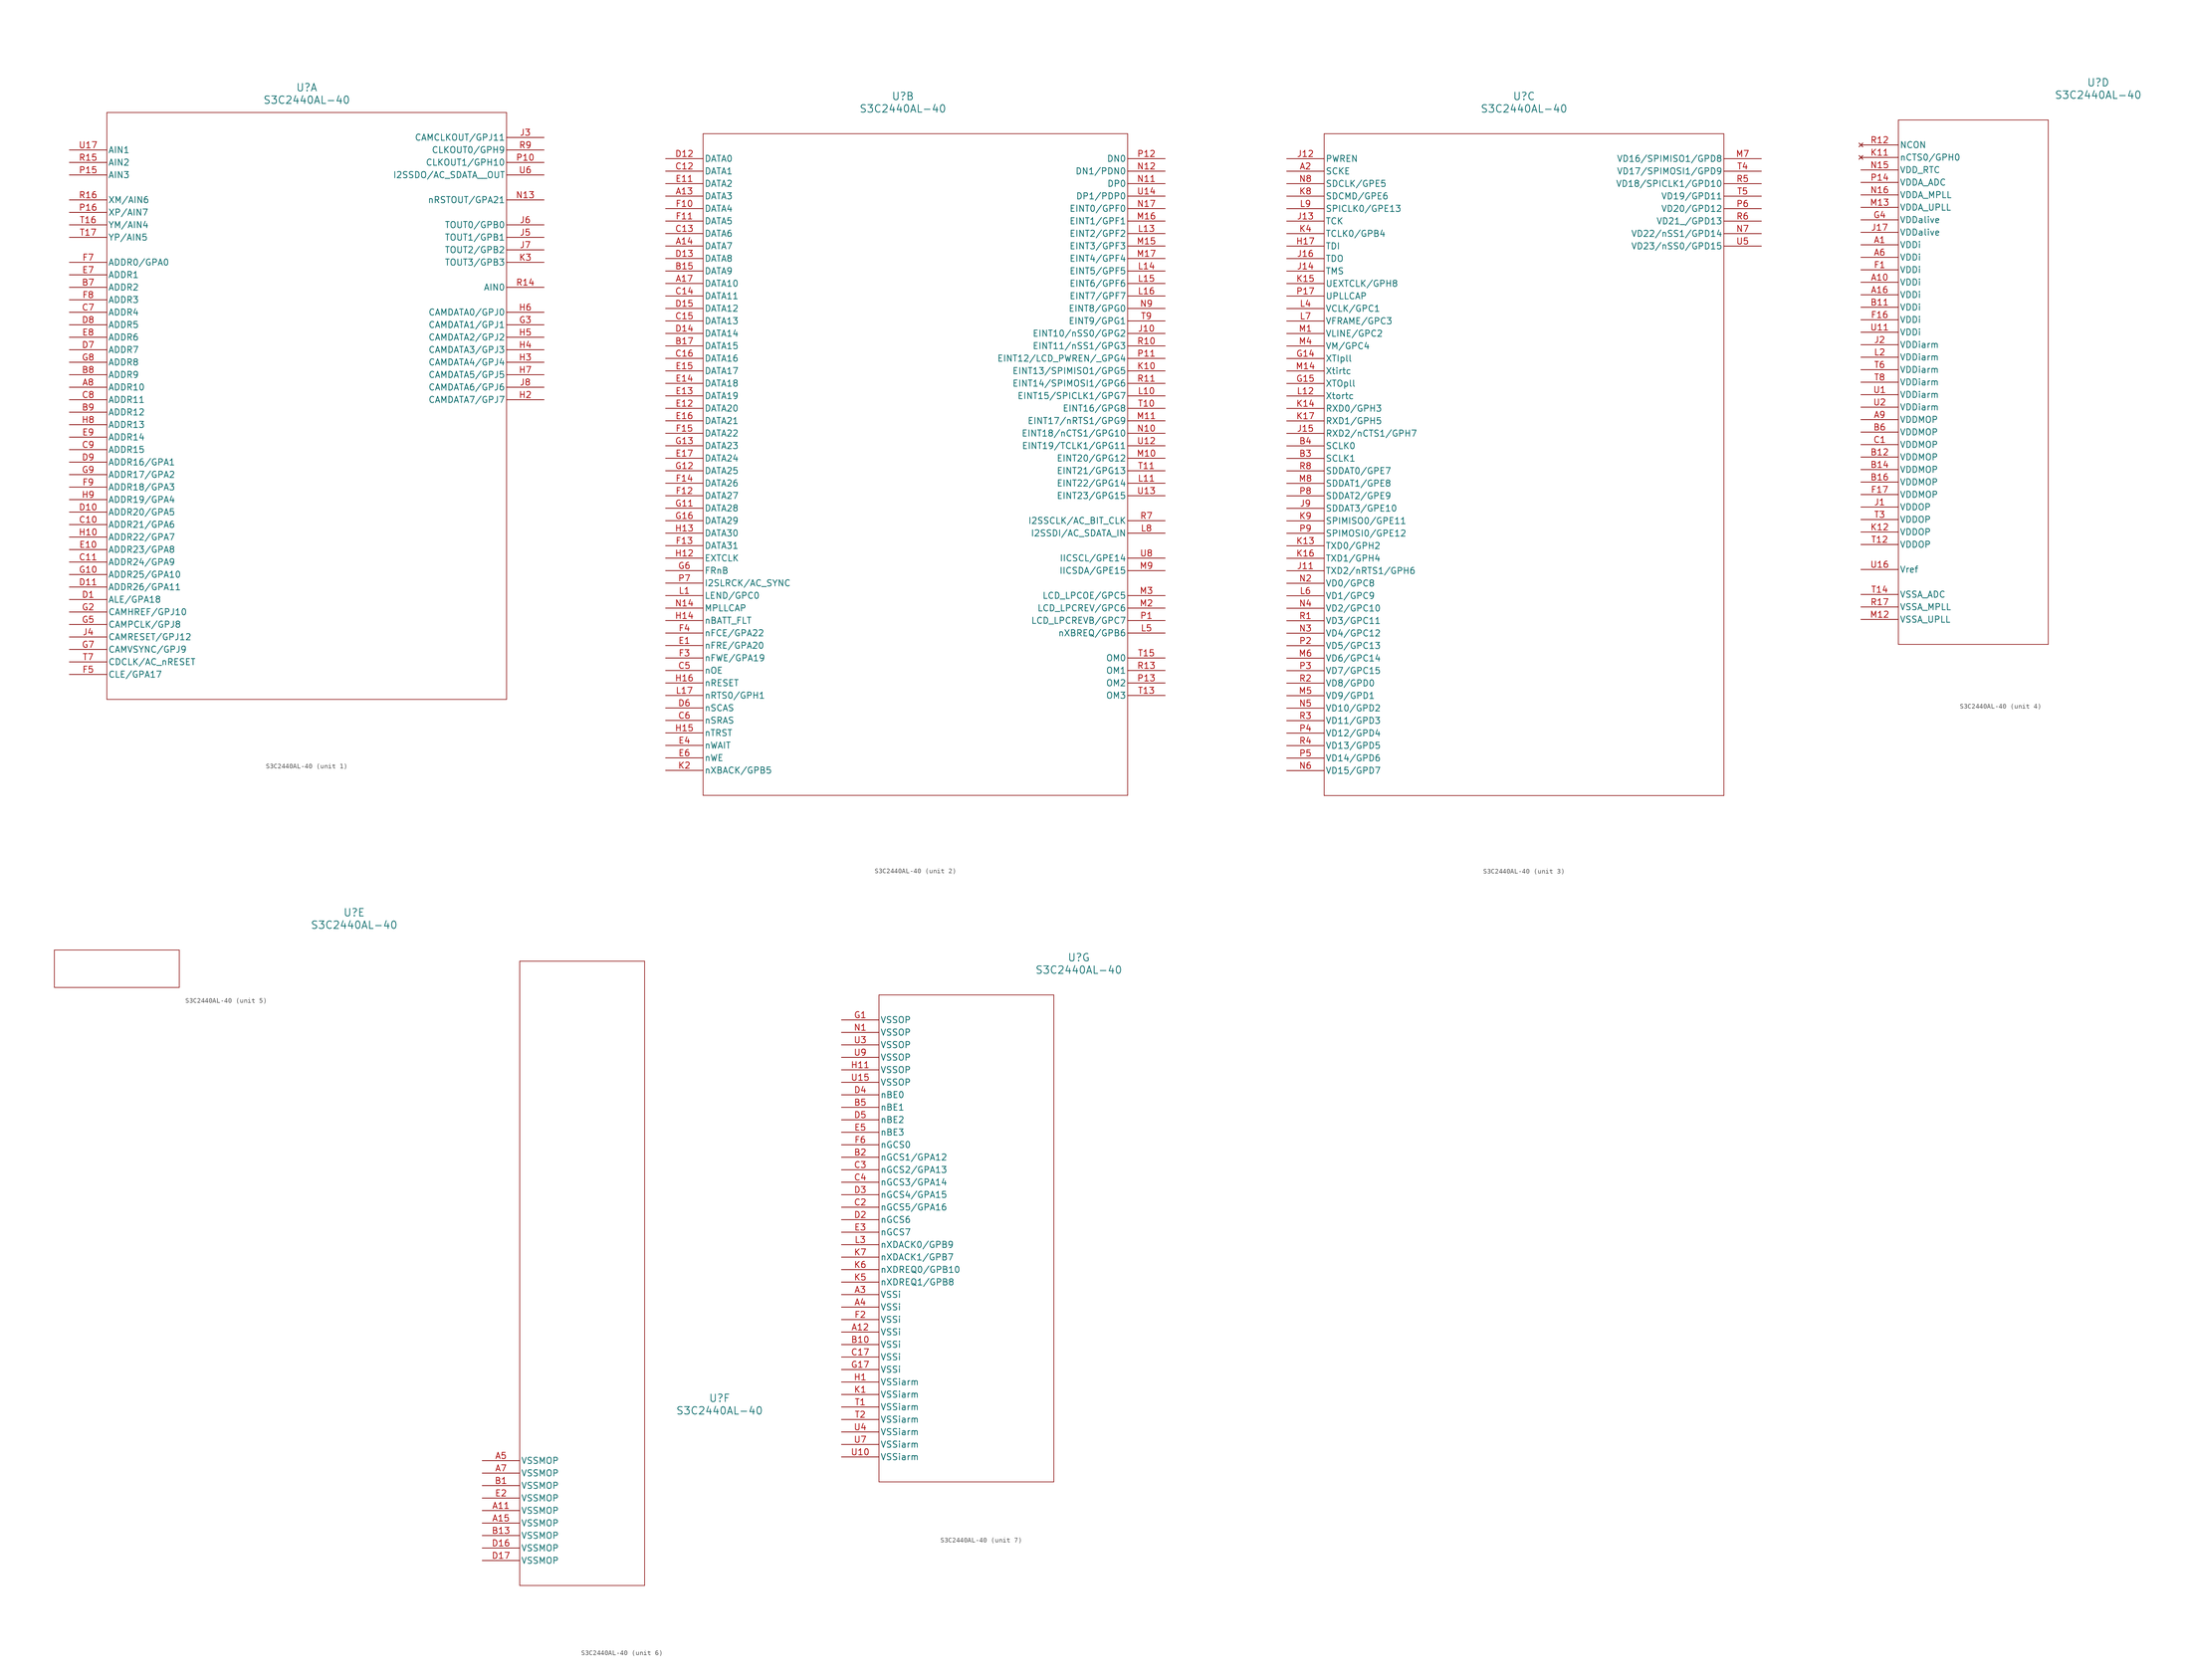
<source format=kicad_sym>
(kicad_symbol_lib
  (version 20211014)
  (generator kicad_symbol_editor)
  (symbol "S3C2440AL-40"
    (pin_names
      (offset 0.254))
    (property "Reference" "U"
      (at 48.26 12.7 0)
      (effects (font (size 1.524 1.524))))
    (property "Value" "S3C2440AL-40"
      (at 48.26 10.16 0)
      (effects (font (size 1.524 1.524))))
    (symbol "S3C2440AL-40_1_1"
      (polyline (pts (xy 7.62 7.62) (xy 7.62 -111.76)) (stroke (width 0.127) (type default) (color 0 0 0 0)) (fill (type none)))
      (polyline (pts (xy 7.62 -111.76) (xy 88.9 -111.76)) (stroke (width 0.127) (type default) (color 0 0 0 0)) (fill (type none)))
      (polyline (pts (xy 88.9 -111.76) (xy 88.9 7.62)) (stroke (width 0.127) (type default) (color 0 0 0 0)) (fill (type none)))
      (polyline (pts (xy 88.9 7.62) (xy 7.62 7.62)) (stroke (width 0.127) (type default) (color 0 0 0 0)) (fill (type none)))
      (pin bidirectional line (at 0 -48.26 0) (length 7.62) (name "ADDR10" (effects (font (size 1.27 1.27)))) (number "A8" (effects (font (size 1.27 1.27)))))
      (pin bidirectional line (at 0 -27.94 0) (length 7.62) (name "ADDR2" (effects (font (size 1.27 1.27)))) (number "B7" (effects (font (size 1.27 1.27)))))
      (pin bidirectional line (at 0 -45.72 0) (length 7.62) (name "ADDR9" (effects (font (size 1.27 1.27)))) (number "B8" (effects (font (size 1.27 1.27)))))
      (pin bidirectional line (at 0 -53.34 0) (length 7.62) (name "ADDR12" (effects (font (size 1.27 1.27)))) (number "B9" (effects (font (size 1.27 1.27)))))
      (pin bidirectional line (at 0 -33.02 0) (length 7.62) (name "ADDR4" (effects (font (size 1.27 1.27)))) (number "C7" (effects (font (size 1.27 1.27)))))
      (pin bidirectional line (at 0 -50.8 0) (length 7.62) (name "ADDR11" (effects (font (size 1.27 1.27)))) (number "C8" (effects (font (size 1.27 1.27)))))
      (pin bidirectional line (at 0 -60.96 0) (length 7.62) (name "ADDR15" (effects (font (size 1.27 1.27)))) (number "C9" (effects (font (size 1.27 1.27)))))
      (pin unspecified line (at 0 -91.44 0) (length 7.62) (name "ALE/GPA18" (effects (font (size 1.27 1.27)))) (number "D1" (effects (font (size 1.27 1.27)))))
      (pin bidirectional line (at 0 -40.64 0) (length 7.62) (name "ADDR7" (effects (font (size 1.27 1.27)))) (number "D7" (effects (font (size 1.27 1.27)))))
      (pin bidirectional line (at 0 -35.56 0) (length 7.62) (name "ADDR5" (effects (font (size 1.27 1.27)))) (number "D8" (effects (font (size 1.27 1.27)))))
      (pin bidirectional line (at 0 -63.5 0) (length 7.62) (name "ADDR16/GPA1" (effects (font (size 1.27 1.27)))) (number "D9" (effects (font (size 1.27 1.27)))))
      (pin bidirectional line (at 0 -25.4 0) (length 7.62) (name "ADDR1" (effects (font (size 1.27 1.27)))) (number "E7" (effects (font (size 1.27 1.27)))))
      (pin bidirectional line (at 0 -38.1 0) (length 7.62) (name "ADDR6" (effects (font (size 1.27 1.27)))) (number "E8" (effects (font (size 1.27 1.27)))))
      (pin bidirectional line (at 0 -58.42 0) (length 7.62) (name "ADDR14" (effects (font (size 1.27 1.27)))) (number "E9" (effects (font (size 1.27 1.27)))))
      (pin unspecified line (at 0 -106.68 0) (length 7.62) (name "CLE/GPA17" (effects (font (size 1.27 1.27)))) (number "F5" (effects (font (size 1.27 1.27)))))
      (pin bidirectional line (at 0 -22.86 0) (length 7.62) (name "ADDR0/GPA0" (effects (font (size 1.27 1.27)))) (number "F7" (effects (font (size 1.27 1.27)))))
      (pin bidirectional line (at 0 -30.48 0) (length 7.62) (name "ADDR3" (effects (font (size 1.27 1.27)))) (number "F8" (effects (font (size 1.27 1.27)))))
      (pin bidirectional line (at 0 -68.58 0) (length 7.62) (name "ADDR18/GPA3" (effects (font (size 1.27 1.27)))) (number "F9" (effects (font (size 1.27 1.27)))))
      (pin unspecified line (at 0 -93.98 0) (length 7.62) (name "CAMHREF/GPJ10" (effects (font (size 1.27 1.27)))) (number "G2" (effects (font (size 1.27 1.27)))))
      (pin bidirectional line (at 96.52 -35.56 180) (length 7.62) (name "CAMDATA1/GPJ1" (effects (font (size 1.27 1.27)))) (number "G3" (effects (font (size 1.27 1.27)))))
      (pin unspecified line (at 0 -96.52 0) (length 7.62) (name "CAMPCLK/GPJ8" (effects (font (size 1.27 1.27)))) (number "G5" (effects (font (size 1.27 1.27)))))
      (pin unspecified line (at 0 -101.6 0) (length 7.62) (name "CAMVSYNC/GPJ9" (effects (font (size 1.27 1.27)))) (number "G7" (effects (font (size 1.27 1.27)))))
      (pin bidirectional line (at 0 -43.18 0) (length 7.62) (name "ADDR8" (effects (font (size 1.27 1.27)))) (number "G8" (effects (font (size 1.27 1.27)))))
      (pin bidirectional line (at 0 -66.04 0) (length 7.62) (name "ADDR17/GPA2" (effects (font (size 1.27 1.27)))) (number "G9" (effects (font (size 1.27 1.27)))))
      (pin bidirectional line (at 96.52 -50.8 180) (length 7.62) (name "CAMDATA7/GPJ7" (effects (font (size 1.27 1.27)))) (number "H2" (effects (font (size 1.27 1.27)))))
      (pin bidirectional line (at 96.52 -43.18 180) (length 7.62) (name "CAMDATA4/GPJ4" (effects (font (size 1.27 1.27)))) (number "H3" (effects (font (size 1.27 1.27)))))
      (pin bidirectional line (at 96.52 -40.64 180) (length 7.62) (name "CAMDATA3/GPJ3" (effects (font (size 1.27 1.27)))) (number "H4" (effects (font (size 1.27 1.27)))))
      (pin bidirectional line (at 96.52 -38.1 180) (length 7.62) (name "CAMDATA2/GPJ2" (effects (font (size 1.27 1.27)))) (number "H5" (effects (font (size 1.27 1.27)))))
      (pin bidirectional line (at 96.52 -33.02 180) (length 7.62) (name "CAMDATA0/GPJ0" (effects (font (size 1.27 1.27)))) (number "H6" (effects (font (size 1.27 1.27)))))
      (pin bidirectional line (at 96.52 -45.72 180) (length 7.62) (name "CAMDATA5/GPJ5" (effects (font (size 1.27 1.27)))) (number "H7" (effects (font (size 1.27 1.27)))))
      (pin bidirectional line (at 0 -55.88 0) (length 7.62) (name "ADDR13" (effects (font (size 1.27 1.27)))) (number "H8" (effects (font (size 1.27 1.27)))))
      (pin bidirectional line (at 0 -71.12 0) (length 7.62) (name "ADDR19/GPA4" (effects (font (size 1.27 1.27)))) (number "H9" (effects (font (size 1.27 1.27)))))
      (pin output line (at 96.52 2.54 180) (length 7.62) (name "CAMCLKOUT/GPJ11" (effects (font (size 1.27 1.27)))) (number "J3" (effects (font (size 1.27 1.27)))))
      (pin unspecified line (at 0 -99.06 0) (length 7.62) (name "CAMRESET/GPJ12" (effects (font (size 1.27 1.27)))) (number "J4" (effects (font (size 1.27 1.27)))))
      (pin output line (at 96.52 -17.78 180) (length 7.62) (name "TOUT1/GPB1" (effects (font (size 1.27 1.27)))) (number "J5" (effects (font (size 1.27 1.27)))))
      (pin output line (at 96.52 -15.24 180) (length 7.62) (name "TOUT0/GPB0" (effects (font (size 1.27 1.27)))) (number "J6" (effects (font (size 1.27 1.27)))))
      (pin output line (at 96.52 -20.32 180) (length 7.62) (name "TOUT2/GPB2" (effects (font (size 1.27 1.27)))) (number "J7" (effects (font (size 1.27 1.27)))))
      (pin bidirectional line (at 96.52 -48.26 180) (length 7.62) (name "CAMDATA6/GPJ6" (effects (font (size 1.27 1.27)))) (number "J8" (effects (font (size 1.27 1.27)))))
      (pin output line (at 96.52 -22.86 180) (length 7.62) (name "TOUT3/GPB3" (effects (font (size 1.27 1.27)))) (number "K3" (effects (font (size 1.27 1.27)))))
      (pin output line (at 96.52 0 180) (length 7.62) (name "CLKOUT0/GPH9" (effects (font (size 1.27 1.27)))) (number "R9" (effects (font (size 1.27 1.27)))))
      (pin unspecified line (at 0 -104.14 0) (length 7.62) (name "CDCLK/AC_nRESET" (effects (font (size 1.27 1.27)))) (number "T7" (effects (font (size 1.27 1.27)))))
      (pin output line (at 96.52 -5.08 180) (length 7.62) (name "I2SSDO/AC_SDATA_ OUT" (effects (font (size 1.27 1.27)))) (number "U6" (effects (font (size 1.27 1.27)))))
      (pin bidirectional line (at 0 -76.2 0) (length 7.62) (name "ADDR21/GPA6" (effects (font (size 1.27 1.27)))) (number "C10" (effects (font (size 1.27 1.27)))))
      (pin bidirectional line (at 0 -83.82 0) (length 7.62) (name "ADDR24/GPA9" (effects (font (size 1.27 1.27)))) (number "C11" (effects (font (size 1.27 1.27)))))
      (pin bidirectional line (at 0 -73.66 0) (length 7.62) (name "ADDR20/GPA5" (effects (font (size 1.27 1.27)))) (number "D10" (effects (font (size 1.27 1.27)))))
      (pin bidirectional line (at 0 -88.9 0) (length 7.62) (name "ADDR26/GPA11" (effects (font (size 1.27 1.27)))) (number "D11" (effects (font (size 1.27 1.27)))))
      (pin bidirectional line (at 0 -81.28 0) (length 7.62) (name "ADDR23/GPA8" (effects (font (size 1.27 1.27)))) (number "E10" (effects (font (size 1.27 1.27)))))
      (pin bidirectional line (at 0 -86.36 0) (length 7.62) (name "ADDR25/GPA10" (effects (font (size 1.27 1.27)))) (number "G10" (effects (font (size 1.27 1.27)))))
      (pin bidirectional line (at 0 -78.74 0) (length 7.62) (name "ADDR22/GPA7" (effects (font (size 1.27 1.27)))) (number "H10" (effects (font (size 1.27 1.27)))))
      (pin output line (at 96.52 -10.16 180) (length 7.62) (name "nRSTOUT/GPA21" (effects (font (size 1.27 1.27)))) (number "N13" (effects (font (size 1.27 1.27)))))
      (pin output line (at 96.52 -2.54 180) (length 7.62) (name "CLKOUT1/GPH10" (effects (font (size 1.27 1.27)))) (number "P10" (effects (font (size 1.27 1.27)))))
      (pin input line (at 0 -5.08 0) (length 7.62) (name "AIN3" (effects (font (size 1.27 1.27)))) (number "P15" (effects (font (size 1.27 1.27)))))
      (pin input line (at 0 -12.7 0) (length 7.62) (name "XP/AIN7" (effects (font (size 1.27 1.27)))) (number "P16" (effects (font (size 1.27 1.27)))))
      (pin bidirectional line (at 96.52 -27.94 180) (length 7.62) (name "AIN0" (effects (font (size 1.27 1.27)))) (number "R14" (effects (font (size 1.27 1.27)))))
      (pin input line (at 0 -2.54 0) (length 7.62) (name "AIN2" (effects (font (size 1.27 1.27)))) (number "R15" (effects (font (size 1.27 1.27)))))
      (pin input line (at 0 -10.16 0) (length 7.62) (name "XM/AIN6" (effects (font (size 1.27 1.27)))) (number "R16" (effects (font (size 1.27 1.27)))))
      (pin input line (at 0 -15.24 0) (length 7.62) (name "YM/AIN4" (effects (font (size 1.27 1.27)))) (number "T16" (effects (font (size 1.27 1.27)))))
      (pin input line (at 0 -17.78 0) (length 7.62) (name "YP/AIN5" (effects (font (size 1.27 1.27)))) (number "T17" (effects (font (size 1.27 1.27)))))
      (pin input line (at 0 0 0) (length 7.62) (name "AIN1" (effects (font (size 1.27 1.27)))) (number "U17" (effects (font (size 1.27 1.27))))))
    (symbol "S3C2440AL-40_2_1"
      (polyline (pts (xy 7.62 5.08) (xy 7.62 -129.54)) (stroke (width 0.127) (type default) (color 0 0 0 0)) (fill (type none)))
      (polyline (pts (xy 7.62 -129.54) (xy 93.98 -129.54)) (stroke (width 0.127) (type default) (color 0 0 0 0)) (fill (type none)))
      (polyline (pts (xy 93.98 -129.54) (xy 93.98 5.08)) (stroke (width 0.127) (type default) (color 0 0 0 0)) (fill (type none)))
      (polyline (pts (xy 93.98 5.08) (xy 7.62 5.08)) (stroke (width 0.127) (type default) (color 0 0 0 0)) (fill (type none)))
      (pin unspecified line (at 0 -104.14 0) (length 7.62) (name "nOE" (effects (font (size 1.27 1.27)))) (number "C5" (effects (font (size 1.27 1.27)))))
      (pin unspecified line (at 0 -114.3 0) (length 7.62) (name "nSRAS" (effects (font (size 1.27 1.27)))) (number "C6" (effects (font (size 1.27 1.27)))))
      (pin unspecified line (at 0 -111.76 0) (length 7.62) (name "nSCAS" (effects (font (size 1.27 1.27)))) (number "D6" (effects (font (size 1.27 1.27)))))
      (pin unspecified line (at 0 -99.06 0) (length 7.62) (name "nFRE/GPA20" (effects (font (size 1.27 1.27)))) (number "E1" (effects (font (size 1.27 1.27)))))
      (pin unspecified line (at 0 -119.38 0) (length 7.62) (name "nWAIT" (effects (font (size 1.27 1.27)))) (number "E4" (effects (font (size 1.27 1.27)))))
      (pin unspecified line (at 0 -121.92 0) (length 7.62) (name "nWE" (effects (font (size 1.27 1.27)))) (number "E6" (effects (font (size 1.27 1.27)))))
      (pin unspecified line (at 0 -101.6 0) (length 7.62) (name "nFWE/GPA19" (effects (font (size 1.27 1.27)))) (number "F3" (effects (font (size 1.27 1.27)))))
      (pin unspecified line (at 0 -96.52 0) (length 7.62) (name "nFCE/GPA22" (effects (font (size 1.27 1.27)))) (number "F4" (effects (font (size 1.27 1.27)))))
      (pin unspecified line (at 0 -83.82 0) (length 7.62) (name "FRnB" (effects (font (size 1.27 1.27)))) (number "G6" (effects (font (size 1.27 1.27)))))
      (pin unspecified line (at 0 -124.46 0) (length 7.62) (name "nXBACK/GPB5" (effects (font (size 1.27 1.27)))) (number "K2" (effects (font (size 1.27 1.27)))))
      (pin unspecified line (at 0 -88.9 0) (length 7.62) (name "LEND/GPC0" (effects (font (size 1.27 1.27)))) (number "L1" (effects (font (size 1.27 1.27)))))
      (pin unspecified line (at 101.6 -96.52 180) (length 7.62) (name "nXBREQ/GPB6" (effects (font (size 1.27 1.27)))) (number "L5" (effects (font (size 1.27 1.27)))))
      (pin bidirectional line (at 101.6 -76.2 180) (length 7.62) (name "I2SSDI/AC_SDATA_IN" (effects (font (size 1.27 1.27)))) (number "L8" (effects (font (size 1.27 1.27)))))
      (pin unspecified line (at 101.6 -91.44 180) (length 7.62) (name "LCD_LPCREV/GPC6" (effects (font (size 1.27 1.27)))) (number "M2" (effects (font (size 1.27 1.27)))))
      (pin unspecified line (at 101.6 -88.9 180) (length 7.62) (name "LCD_LPCOE/GPC5" (effects (font (size 1.27 1.27)))) (number "M3" (effects (font (size 1.27 1.27)))))
      (pin unspecified line (at 101.6 -83.82 180) (length 7.62) (name "IICSDA/GPE15" (effects (font (size 1.27 1.27)))) (number "M9" (effects (font (size 1.27 1.27)))))
      (pin bidirectional line (at 101.6 -30.48 180) (length 7.62) (name "EINT8/GPG0" (effects (font (size 1.27 1.27)))) (number "N9" (effects (font (size 1.27 1.27)))))
      (pin unspecified line (at 101.6 -93.98 180) (length 7.62) (name "LCD_LPCREVB/GPC7" (effects (font (size 1.27 1.27)))) (number "P1" (effects (font (size 1.27 1.27)))))
      (pin bidirectional line (at 0 -86.36 0) (length 7.62) (name "I2SLRCK/AC_SYNC" (effects (font (size 1.27 1.27)))) (number "P7" (effects (font (size 1.27 1.27)))))
      (pin bidirectional line (at 101.6 -73.66 180) (length 7.62) (name "I2SSCLK/AC_BIT_CLK" (effects (font (size 1.27 1.27)))) (number "R7" (effects (font (size 1.27 1.27)))))
      (pin bidirectional line (at 101.6 -33.02 180) (length 7.62) (name "EINT9/GPG1" (effects (font (size 1.27 1.27)))) (number "T9" (effects (font (size 1.27 1.27)))))
      (pin unspecified line (at 101.6 -81.28 180) (length 7.62) (name "IICSCL/GPE14" (effects (font (size 1.27 1.27)))) (number "U8" (effects (font (size 1.27 1.27)))))
      (pin bidirectional line (at 0 -7.62 0) (length 7.62) (name "DATA3" (effects (font (size 1.27 1.27)))) (number "A13" (effects (font (size 1.27 1.27)))))
      (pin bidirectional line (at 0 -17.78 0) (length 7.62) (name "DATA7" (effects (font (size 1.27 1.27)))) (number "A14" (effects (font (size 1.27 1.27)))))
      (pin bidirectional line (at 0 -25.4 0) (length 7.62) (name "DATA10" (effects (font (size 1.27 1.27)))) (number "A17" (effects (font (size 1.27 1.27)))))
      (pin bidirectional line (at 0 -22.86 0) (length 7.62) (name "DATA9" (effects (font (size 1.27 1.27)))) (number "B15" (effects (font (size 1.27 1.27)))))
      (pin bidirectional line (at 0 -38.1 0) (length 7.62) (name "DATA15" (effects (font (size 1.27 1.27)))) (number "B17" (effects (font (size 1.27 1.27)))))
      (pin bidirectional line (at 0 -2.54 0) (length 7.62) (name "DATA1" (effects (font (size 1.27 1.27)))) (number "C12" (effects (font (size 1.27 1.27)))))
      (pin bidirectional line (at 0 -15.24 0) (length 7.62) (name "DATA6" (effects (font (size 1.27 1.27)))) (number "C13" (effects (font (size 1.27 1.27)))))
      (pin bidirectional line (at 0 -27.94 0) (length 7.62) (name "DATA11" (effects (font (size 1.27 1.27)))) (number "C14" (effects (font (size 1.27 1.27)))))
      (pin bidirectional line (at 0 -33.02 0) (length 7.62) (name "DATA13" (effects (font (size 1.27 1.27)))) (number "C15" (effects (font (size 1.27 1.27)))))
      (pin bidirectional line (at 0 -40.64 0) (length 7.62) (name "DATA16" (effects (font (size 1.27 1.27)))) (number "C16" (effects (font (size 1.27 1.27)))))
      (pin bidirectional line (at 0 0 0) (length 7.62) (name "DATA0" (effects (font (size 1.27 1.27)))) (number "D12" (effects (font (size 1.27 1.27)))))
      (pin bidirectional line (at 0 -20.32 0) (length 7.62) (name "DATA8" (effects (font (size 1.27 1.27)))) (number "D13" (effects (font (size 1.27 1.27)))))
      (pin bidirectional line (at 0 -35.56 0) (length 7.62) (name "DATA14" (effects (font (size 1.27 1.27)))) (number "D14" (effects (font (size 1.27 1.27)))))
      (pin bidirectional line (at 0 -30.48 0) (length 7.62) (name "DATA12" (effects (font (size 1.27 1.27)))) (number "D15" (effects (font (size 1.27 1.27)))))
      (pin bidirectional line (at 0 -5.08 0) (length 7.62) (name "DATA2" (effects (font (size 1.27 1.27)))) (number "E11" (effects (font (size 1.27 1.27)))))
      (pin bidirectional line (at 0 -50.8 0) (length 7.62) (name "DATA20" (effects (font (size 1.27 1.27)))) (number "E12" (effects (font (size 1.27 1.27)))))
      (pin bidirectional line (at 0 -48.26 0) (length 7.62) (name "DATA19" (effects (font (size 1.27 1.27)))) (number "E13" (effects (font (size 1.27 1.27)))))
      (pin bidirectional line (at 0 -45.72 0) (length 7.62) (name "DATA18" (effects (font (size 1.27 1.27)))) (number "E14" (effects (font (size 1.27 1.27)))))
      (pin bidirectional line (at 0 -43.18 0) (length 7.62) (name "DATA17" (effects (font (size 1.27 1.27)))) (number "E15" (effects (font (size 1.27 1.27)))))
      (pin bidirectional line (at 0 -53.34 0) (length 7.62) (name "DATA21" (effects (font (size 1.27 1.27)))) (number "E16" (effects (font (size 1.27 1.27)))))
      (pin bidirectional line (at 0 -60.96 0) (length 7.62) (name "DATA24" (effects (font (size 1.27 1.27)))) (number "E17" (effects (font (size 1.27 1.27)))))
      (pin bidirectional line (at 0 -10.16 0) (length 7.62) (name "DATA4" (effects (font (size 1.27 1.27)))) (number "F10" (effects (font (size 1.27 1.27)))))
      (pin bidirectional line (at 0 -12.7 0) (length 7.62) (name "DATA5" (effects (font (size 1.27 1.27)))) (number "F11" (effects (font (size 1.27 1.27)))))
      (pin bidirectional line (at 0 -68.58 0) (length 7.62) (name "DATA27" (effects (font (size 1.27 1.27)))) (number "F12" (effects (font (size 1.27 1.27)))))
      (pin bidirectional line (at 0 -78.74 0) (length 7.62) (name "DATA31" (effects (font (size 1.27 1.27)))) (number "F13" (effects (font (size 1.27 1.27)))))
      (pin bidirectional line (at 0 -66.04 0) (length 7.62) (name "DATA26" (effects (font (size 1.27 1.27)))) (number "F14" (effects (font (size 1.27 1.27)))))
      (pin bidirectional line (at 0 -55.88 0) (length 7.62) (name "DATA22" (effects (font (size 1.27 1.27)))) (number "F15" (effects (font (size 1.27 1.27)))))
      (pin bidirectional line (at 0 -71.12 0) (length 7.62) (name "DATA28" (effects (font (size 1.27 1.27)))) (number "G11" (effects (font (size 1.27 1.27)))))
      (pin bidirectional line (at 0 -63.5 0) (length 7.62) (name "DATA25" (effects (font (size 1.27 1.27)))) (number "G12" (effects (font (size 1.27 1.27)))))
      (pin bidirectional line (at 0 -58.42 0) (length 7.62) (name "DATA23" (effects (font (size 1.27 1.27)))) (number "G13" (effects (font (size 1.27 1.27)))))
      (pin bidirectional line (at 0 -73.66 0) (length 7.62) (name "DATA29" (effects (font (size 1.27 1.27)))) (number "G16" (effects (font (size 1.27 1.27)))))
      (pin unspecified line (at 0 -81.28 0) (length 7.62) (name "EXTCLK" (effects (font (size 1.27 1.27)))) (number "H12" (effects (font (size 1.27 1.27)))))
      (pin bidirectional line (at 0 -76.2 0) (length 7.62) (name "DATA30" (effects (font (size 1.27 1.27)))) (number "H13" (effects (font (size 1.27 1.27)))))
      (pin unspecified line (at 0 -93.98 0) (length 7.62) (name "nBATT_FLT" (effects (font (size 1.27 1.27)))) (number "H14" (effects (font (size 1.27 1.27)))))
      (pin unspecified line (at 0 -116.84 0) (length 7.62) (name "nTRST" (effects (font (size 1.27 1.27)))) (number "H15" (effects (font (size 1.27 1.27)))))
      (pin unspecified line (at 0 -106.68 0) (length 7.62) (name "nRESET" (effects (font (size 1.27 1.27)))) (number "H16" (effects (font (size 1.27 1.27)))))
      (pin bidirectional line (at 101.6 -35.56 180) (length 7.62) (name "EINT10/nSS0/GPG2" (effects (font (size 1.27 1.27)))) (number "J10" (effects (font (size 1.27 1.27)))))
      (pin bidirectional line (at 101.6 -43.18 180) (length 7.62) (name "EINT13/SPIMISO1/GPG5" (effects (font (size 1.27 1.27)))) (number "K10" (effects (font (size 1.27 1.27)))))
      (pin bidirectional line (at 101.6 -48.26 180) (length 7.62) (name "EINT15/SPICLK1/GPG7" (effects (font (size 1.27 1.27)))) (number "L10" (effects (font (size 1.27 1.27)))))
      (pin bidirectional line (at 101.6 -66.04 180) (length 7.62) (name "EINT22/GPG14" (effects (font (size 1.27 1.27)))) (number "L11" (effects (font (size 1.27 1.27)))))
      (pin bidirectional line (at 101.6 -15.24 180) (length 7.62) (name "EINT2/GPF2" (effects (font (size 1.27 1.27)))) (number "L13" (effects (font (size 1.27 1.27)))))
      (pin bidirectional line (at 101.6 -22.86 180) (length 7.62) (name "EINT5/GPF5" (effects (font (size 1.27 1.27)))) (number "L14" (effects (font (size 1.27 1.27)))))
      (pin bidirectional line (at 101.6 -25.4 180) (length 7.62) (name "EINT6/GPF6" (effects (font (size 1.27 1.27)))) (number "L15" (effects (font (size 1.27 1.27)))))
      (pin bidirectional line (at 101.6 -27.94 180) (length 7.62) (name "EINT7/GPF7" (effects (font (size 1.27 1.27)))) (number "L16" (effects (font (size 1.27 1.27)))))
      (pin unspecified line (at 0 -109.22 0) (length 7.62) (name "nRTS0/GPH1" (effects (font (size 1.27 1.27)))) (number "L17" (effects (font (size 1.27 1.27)))))
      (pin bidirectional line (at 101.6 -60.96 180) (length 7.62) (name "EINT20/GPG12" (effects (font (size 1.27 1.27)))) (number "M10" (effects (font (size 1.27 1.27)))))
      (pin bidirectional line (at 101.6 -53.34 180) (length 7.62) (name "EINT17/nRTS1/GPG9" (effects (font (size 1.27 1.27)))) (number "M11" (effects (font (size 1.27 1.27)))))
      (pin bidirectional line (at 101.6 -17.78 180) (length 7.62) (name "EINT3/GPF3" (effects (font (size 1.27 1.27)))) (number "M15" (effects (font (size 1.27 1.27)))))
      (pin bidirectional line (at 101.6 -12.7 180) (length 7.62) (name "EINT1/GPF1" (effects (font (size 1.27 1.27)))) (number "M16" (effects (font (size 1.27 1.27)))))
      (pin bidirectional line (at 101.6 -20.32 180) (length 7.62) (name "EINT4/GPF4" (effects (font (size 1.27 1.27)))) (number "M17" (effects (font (size 1.27 1.27)))))
      (pin bidirectional line (at 101.6 -55.88 180) (length 7.62) (name "EINT18/nCTS1/GPG10" (effects (font (size 1.27 1.27)))) (number "N10" (effects (font (size 1.27 1.27)))))
      (pin bidirectional line (at 101.6 -5.08 180) (length 7.62) (name "DP0" (effects (font (size 1.27 1.27)))) (number "N11" (effects (font (size 1.27 1.27)))))
      (pin bidirectional line (at 101.6 -2.54 180) (length 7.62) (name "DN1/PDN0" (effects (font (size 1.27 1.27)))) (number "N12" (effects (font (size 1.27 1.27)))))
      (pin unspecified line (at 0 -91.44 0) (length 7.62) (name "MPLLCAP" (effects (font (size 1.27 1.27)))) (number "N14" (effects (font (size 1.27 1.27)))))
      (pin bidirectional line (at 101.6 -10.16 180) (length 7.62) (name "EINT0/GPF0" (effects (font (size 1.27 1.27)))) (number "N17" (effects (font (size 1.27 1.27)))))
      (pin bidirectional line (at 101.6 -40.64 180) (length 7.62) (name "EINT12/LCD_PWREN/ GPG4" (effects (font (size 1.27 1.27)))) (number "P11" (effects (font (size 1.27 1.27)))))
      (pin bidirectional line (at 101.6 0 180) (length 7.62) (name "DN0" (effects (font (size 1.27 1.27)))) (number "P12" (effects (font (size 1.27 1.27)))))
      (pin bidirectional line (at 101.6 -106.68 180) (length 7.62) (name "OM2" (effects (font (size 1.27 1.27)))) (number "P13" (effects (font (size 1.27 1.27)))))
      (pin bidirectional line (at 101.6 -38.1 180) (length 7.62) (name "EINT11/nSS1/GPG3" (effects (font (size 1.27 1.27)))) (number "R10" (effects (font (size 1.27 1.27)))))
      (pin bidirectional line (at 101.6 -45.72 180) (length 7.62) (name "EINT14/SPIMOSI1/GPG6" (effects (font (size 1.27 1.27)))) (number "R11" (effects (font (size 1.27 1.27)))))
      (pin bidirectional line (at 101.6 -104.14 180) (length 7.62) (name "OM1" (effects (font (size 1.27 1.27)))) (number "R13" (effects (font (size 1.27 1.27)))))
      (pin bidirectional line (at 101.6 -50.8 180) (length 7.62) (name "EINT16/GPG8" (effects (font (size 1.27 1.27)))) (number "T10" (effects (font (size 1.27 1.27)))))
      (pin bidirectional line (at 101.6 -63.5 180) (length 7.62) (name "EINT21/GPG13" (effects (font (size 1.27 1.27)))) (number "T11" (effects (font (size 1.27 1.27)))))
      (pin bidirectional line (at 101.6 -109.22 180) (length 7.62) (name "OM3" (effects (font (size 1.27 1.27)))) (number "T13" (effects (font (size 1.27 1.27)))))
      (pin bidirectional line (at 101.6 -101.6 180) (length 7.62) (name "OM0" (effects (font (size 1.27 1.27)))) (number "T15" (effects (font (size 1.27 1.27)))))
      (pin bidirectional line (at 101.6 -58.42 180) (length 7.62) (name "EINT19/TCLK1/GPG11" (effects (font (size 1.27 1.27)))) (number "U12" (effects (font (size 1.27 1.27)))))
      (pin bidirectional line (at 101.6 -68.58 180) (length 7.62) (name "EINT23/GPG15" (effects (font (size 1.27 1.27)))) (number "U13" (effects (font (size 1.27 1.27)))))
      (pin bidirectional line (at 101.6 -7.62 180) (length 7.62) (name "DP1/PDP0" (effects (font (size 1.27 1.27)))) (number "U14" (effects (font (size 1.27 1.27))))))
    (symbol "S3C2440AL-40_3_1"
      (polyline (pts (xy 7.62 5.08) (xy 7.62 -129.54)) (stroke (width 0.127) (type default) (color 0 0 0 0)) (fill (type none)))
      (polyline (pts (xy 7.62 -129.54) (xy 88.9 -129.54)) (stroke (width 0.127) (type default) (color 0 0 0 0)) (fill (type none)))
      (polyline (pts (xy 88.9 -129.54) (xy 88.9 5.08)) (stroke (width 0.127) (type default) (color 0 0 0 0)) (fill (type none)))
      (polyline (pts (xy 88.9 5.08) (xy 7.62 5.08)) (stroke (width 0.127) (type default) (color 0 0 0 0)) (fill (type none)))
      (pin unspecified line (at 0 -2.54 0) (length 7.62) (name "SCKE" (effects (font (size 1.27 1.27)))) (number "A2" (effects (font (size 1.27 1.27)))))
      (pin bidirectional line (at 0 -60.96 0) (length 7.62) (name "SCLK1" (effects (font (size 1.27 1.27)))) (number "B3" (effects (font (size 1.27 1.27)))))
      (pin bidirectional line (at 0 -58.42 0) (length 7.62) (name "SCLK0" (effects (font (size 1.27 1.27)))) (number "B4" (effects (font (size 1.27 1.27)))))
      (pin bidirectional line (at 0 -71.12 0) (length 7.62) (name "SDDAT3/GPE10" (effects (font (size 1.27 1.27)))) (number "J9" (effects (font (size 1.27 1.27)))))
      (pin unspecified line (at 0 -15.24 0) (length 7.62) (name "TCLK0/GPB4" (effects (font (size 1.27 1.27)))) (number "K4" (effects (font (size 1.27 1.27)))))
      (pin unspecified line (at 0 -7.62 0) (length 7.62) (name "SDCMD/GPE6" (effects (font (size 1.27 1.27)))) (number "K8" (effects (font (size 1.27 1.27)))))
      (pin unspecified line (at 0 -73.66 0) (length 7.62) (name "SPIMISO0/GPE11" (effects (font (size 1.27 1.27)))) (number "K9" (effects (font (size 1.27 1.27)))))
      (pin unspecified line (at 0 -30.48 0) (length 7.62) (name "VCLK/GPC1" (effects (font (size 1.27 1.27)))) (number "L4" (effects (font (size 1.27 1.27)))))
      (pin bidirectional line (at 0 -88.9 0) (length 7.62) (name "VD1/GPC9" (effects (font (size 1.27 1.27)))) (number "L6" (effects (font (size 1.27 1.27)))))
      (pin unspecified line (at 0 -33.02 0) (length 7.62) (name "VFRAME/GPC3" (effects (font (size 1.27 1.27)))) (number "L7" (effects (font (size 1.27 1.27)))))
      (pin unspecified line (at 0 -10.16 0) (length 7.62) (name "SPICLK0/GPE13" (effects (font (size 1.27 1.27)))) (number "L9" (effects (font (size 1.27 1.27)))))
      (pin unspecified line (at 0 -35.56 0) (length 7.62) (name "VLINE/GPC2" (effects (font (size 1.27 1.27)))) (number "M1" (effects (font (size 1.27 1.27)))))
      (pin unspecified line (at 0 -38.1 0) (length 7.62) (name "VM/GPC4" (effects (font (size 1.27 1.27)))) (number "M4" (effects (font (size 1.27 1.27)))))
      (pin bidirectional line (at 0 -109.22 0) (length 7.62) (name "VD9/GPD1" (effects (font (size 1.27 1.27)))) (number "M5" (effects (font (size 1.27 1.27)))))
      (pin bidirectional line (at 0 -101.6 0) (length 7.62) (name "VD6/GPC14" (effects (font (size 1.27 1.27)))) (number "M6" (effects (font (size 1.27 1.27)))))
      (pin bidirectional line (at 96.52 0 180) (length 7.62) (name "VD16/SPIMISO1/GPD8" (effects (font (size 1.27 1.27)))) (number "M7" (effects (font (size 1.27 1.27)))))
      (pin bidirectional line (at 0 -66.04 0) (length 7.62) (name "SDDAT1/GPE8" (effects (font (size 1.27 1.27)))) (number "M8" (effects (font (size 1.27 1.27)))))
      (pin bidirectional line (at 0 -86.36 0) (length 7.62) (name "VD0/GPC8" (effects (font (size 1.27 1.27)))) (number "N2" (effects (font (size 1.27 1.27)))))
      (pin bidirectional line (at 0 -96.52 0) (length 7.62) (name "VD4/GPC12" (effects (font (size 1.27 1.27)))) (number "N3" (effects (font (size 1.27 1.27)))))
      (pin bidirectional line (at 0 -91.44 0) (length 7.62) (name "VD2/GPC10" (effects (font (size 1.27 1.27)))) (number "N4" (effects (font (size 1.27 1.27)))))
      (pin bidirectional line (at 0 -111.76 0) (length 7.62) (name "VD10/GPD2" (effects (font (size 1.27 1.27)))) (number "N5" (effects (font (size 1.27 1.27)))))
      (pin bidirectional line (at 0 -124.46 0) (length 7.62) (name "VD15/GPD7" (effects (font (size 1.27 1.27)))) (number "N6" (effects (font (size 1.27 1.27)))))
      (pin bidirectional line (at 96.52 -15.24 180) (length 7.62) (name "VD22/nSS1/GPD14" (effects (font (size 1.27 1.27)))) (number "N7" (effects (font (size 1.27 1.27)))))
      (pin unspecified line (at 0 -5.08 0) (length 7.62) (name "SDCLK/GPE5" (effects (font (size 1.27 1.27)))) (number "N8" (effects (font (size 1.27 1.27)))))
      (pin bidirectional line (at 0 -99.06 0) (length 7.62) (name "VD5/GPC13" (effects (font (size 1.27 1.27)))) (number "P2" (effects (font (size 1.27 1.27)))))
      (pin bidirectional line (at 0 -104.14 0) (length 7.62) (name "VD7/GPC15" (effects (font (size 1.27 1.27)))) (number "P3" (effects (font (size 1.27 1.27)))))
      (pin bidirectional line (at 0 -116.84 0) (length 7.62) (name "VD12/GPD4" (effects (font (size 1.27 1.27)))) (number "P4" (effects (font (size 1.27 1.27)))))
      (pin bidirectional line (at 0 -121.92 0) (length 7.62) (name "VD14/GPD6" (effects (font (size 1.27 1.27)))) (number "P5" (effects (font (size 1.27 1.27)))))
      (pin bidirectional line (at 96.52 -10.16 180) (length 7.62) (name "VD20/GPD12" (effects (font (size 1.27 1.27)))) (number "P6" (effects (font (size 1.27 1.27)))))
      (pin bidirectional line (at 0 -68.58 0) (length 7.62) (name "SDDAT2/GPE9" (effects (font (size 1.27 1.27)))) (number "P8" (effects (font (size 1.27 1.27)))))
      (pin unspecified line (at 0 -76.2 0) (length 7.62) (name "SPIMOSI0/GPE12" (effects (font (size 1.27 1.27)))) (number "P9" (effects (font (size 1.27 1.27)))))
      (pin bidirectional line (at 0 -93.98 0) (length 7.62) (name "VD3/GPC11" (effects (font (size 1.27 1.27)))) (number "R1" (effects (font (size 1.27 1.27)))))
      (pin bidirectional line (at 0 -106.68 0) (length 7.62) (name "VD8/GPD0" (effects (font (size 1.27 1.27)))) (number "R2" (effects (font (size 1.27 1.27)))))
      (pin bidirectional line (at 0 -114.3 0) (length 7.62) (name "VD11/GPD3" (effects (font (size 1.27 1.27)))) (number "R3" (effects (font (size 1.27 1.27)))))
      (pin bidirectional line (at 0 -119.38 0) (length 7.62) (name "VD13/GPD5" (effects (font (size 1.27 1.27)))) (number "R4" (effects (font (size 1.27 1.27)))))
      (pin bidirectional line (at 96.52 -5.08 180) (length 7.62) (name "VD18/SPICLK1/GPD10" (effects (font (size 1.27 1.27)))) (number "R5" (effects (font (size 1.27 1.27)))))
      (pin bidirectional line (at 96.52 -12.7 180) (length 7.62) (name "VD21 /GPD13" (effects (font (size 1.27 1.27)))) (number "R6" (effects (font (size 1.27 1.27)))))
      (pin bidirectional line (at 0 -63.5 0) (length 7.62) (name "SDDAT0/GPE7" (effects (font (size 1.27 1.27)))) (number "R8" (effects (font (size 1.27 1.27)))))
      (pin bidirectional line (at 96.52 -2.54 180) (length 7.62) (name "VD17/SPIMOSI1/GPD9" (effects (font (size 1.27 1.27)))) (number "T4" (effects (font (size 1.27 1.27)))))
      (pin bidirectional line (at 96.52 -7.62 180) (length 7.62) (name "VD19/GPD11" (effects (font (size 1.27 1.27)))) (number "T5" (effects (font (size 1.27 1.27)))))
      (pin bidirectional line (at 96.52 -17.78 180) (length 7.62) (name "VD23/nSS0/GPD15" (effects (font (size 1.27 1.27)))) (number "U5" (effects (font (size 1.27 1.27)))))
      (pin unspecified line (at 0 -40.64 0) (length 7.62) (name "XTIpll" (effects (font (size 1.27 1.27)))) (number "G14" (effects (font (size 1.27 1.27)))))
      (pin unspecified line (at 0 -45.72 0) (length 7.62) (name "XTOpll" (effects (font (size 1.27 1.27)))) (number "G15" (effects (font (size 1.27 1.27)))))
      (pin unspecified line (at 0 -17.78 0) (length 7.62) (name "TDI" (effects (font (size 1.27 1.27)))) (number "H17" (effects (font (size 1.27 1.27)))))
      (pin bidirectional line (at 0 -83.82 0) (length 7.62) (name "TXD2/nRTS1/GPH6" (effects (font (size 1.27 1.27)))) (number "J11" (effects (font (size 1.27 1.27)))))
      (pin unspecified line (at 0 0 0) (length 7.62) (name "PWREN" (effects (font (size 1.27 1.27)))) (number "J12" (effects (font (size 1.27 1.27)))))
      (pin unspecified line (at 0 -12.7 0) (length 7.62) (name "TCK" (effects (font (size 1.27 1.27)))) (number "J13" (effects (font (size 1.27 1.27)))))
      (pin unspecified line (at 0 -22.86 0) (length 7.62) (name "TMS" (effects (font (size 1.27 1.27)))) (number "J14" (effects (font (size 1.27 1.27)))))
      (pin bidirectional line (at 0 -55.88 0) (length 7.62) (name "RXD2/nCTS1/GPH7" (effects (font (size 1.27 1.27)))) (number "J15" (effects (font (size 1.27 1.27)))))
      (pin unspecified line (at 0 -20.32 0) (length 7.62) (name "TDO" (effects (font (size 1.27 1.27)))) (number "J16" (effects (font (size 1.27 1.27)))))
      (pin bidirectional line (at 0 -78.74 0) (length 7.62) (name "TXD0/GPH2" (effects (font (size 1.27 1.27)))) (number "K13" (effects (font (size 1.27 1.27)))))
      (pin bidirectional line (at 0 -50.8 0) (length 7.62) (name "RXD0/GPH3" (effects (font (size 1.27 1.27)))) (number "K14" (effects (font (size 1.27 1.27)))))
      (pin unspecified line (at 0 -25.4 0) (length 7.62) (name "UEXTCLK/GPH8" (effects (font (size 1.27 1.27)))) (number "K15" (effects (font (size 1.27 1.27)))))
      (pin bidirectional line (at 0 -81.28 0) (length 7.62) (name "TXD1/GPH4" (effects (font (size 1.27 1.27)))) (number "K16" (effects (font (size 1.27 1.27)))))
      (pin bidirectional line (at 0 -53.34 0) (length 7.62) (name "RXD1/GPH5" (effects (font (size 1.27 1.27)))) (number "K17" (effects (font (size 1.27 1.27)))))
      (pin unspecified line (at 0 -48.26 0) (length 7.62) (name "Xtortc" (effects (font (size 1.27 1.27)))) (number "L12" (effects (font (size 1.27 1.27)))))
      (pin unspecified line (at 0 -43.18 0) (length 7.62) (name "Xtirtc" (effects (font (size 1.27 1.27)))) (number "M14" (effects (font (size 1.27 1.27)))))
      (pin unspecified line (at 0 -27.94 0) (length 7.62) (name "UPLLCAP" (effects (font (size 1.27 1.27)))) (number "P17" (effects (font (size 1.27 1.27))))))
    (symbol "S3C2440AL-40_4_1"
      (polyline (pts (xy 7.62 5.08) (xy 7.62 -101.6)) (stroke (width 0.127) (type default) (color 0 0 0 0)) (fill (type none)))
      (polyline (pts (xy 7.62 -101.6) (xy 38.1 -101.6)) (stroke (width 0.127) (type default) (color 0 0 0 0)) (fill (type none)))
      (polyline (pts (xy 38.1 -101.6) (xy 38.1 5.08)) (stroke (width 0.127) (type default) (color 0 0 0 0)) (fill (type none)))
      (polyline (pts (xy 38.1 5.08) (xy 7.62 5.08)) (stroke (width 0.127) (type default) (color 0 0 0 0)) (fill (type none)))
      (pin power_in line (at 0 -20.32 0) (length 7.62) (name "VDDi" (effects (font (size 1.27 1.27)))) (number "A1" (effects (font (size 1.27 1.27)))))
      (pin power_in line (at 0 -22.86 0) (length 7.62) (name "VDDi" (effects (font (size 1.27 1.27)))) (number "A6" (effects (font (size 1.27 1.27)))))
      (pin power_in line (at 0 -55.88 0) (length 7.62) (name "VDDMOP" (effects (font (size 1.27 1.27)))) (number "A9" (effects (font (size 1.27 1.27)))))
      (pin power_in line (at 0 -58.42 0) (length 7.62) (name "VDDMOP" (effects (font (size 1.27 1.27)))) (number "B6" (effects (font (size 1.27 1.27)))))
      (pin power_in line (at 0 -60.96 0) (length 7.62) (name "VDDMOP" (effects (font (size 1.27 1.27)))) (number "C1" (effects (font (size 1.27 1.27)))))
      (pin power_in line (at 0 -25.4 0) (length 7.62) (name "VDDi" (effects (font (size 1.27 1.27)))) (number "F1" (effects (font (size 1.27 1.27)))))
      (pin power_in line (at 0 -15.24 0) (length 7.62) (name "VDDalive" (effects (font (size 1.27 1.27)))) (number "G4" (effects (font (size 1.27 1.27)))))
      (pin power_in line (at 0 -73.66 0) (length 7.62) (name "VDDOP" (effects (font (size 1.27 1.27)))) (number "J1" (effects (font (size 1.27 1.27)))))
      (pin power_in line (at 0 -40.64 0) (length 7.62) (name "VDDiarm" (effects (font (size 1.27 1.27)))) (number "J2" (effects (font (size 1.27 1.27)))))
      (pin power_in line (at 0 -43.18 0) (length 7.62) (name "VDDiarm" (effects (font (size 1.27 1.27)))) (number "L2" (effects (font (size 1.27 1.27)))))
      (pin power_in line (at 0 -76.2 0) (length 7.62) (name "VDDOP" (effects (font (size 1.27 1.27)))) (number "T3" (effects (font (size 1.27 1.27)))))
      (pin power_in line (at 0 -45.72 0) (length 7.62) (name "VDDiarm" (effects (font (size 1.27 1.27)))) (number "T6" (effects (font (size 1.27 1.27)))))
      (pin power_in line (at 0 -48.26 0) (length 7.62) (name "VDDiarm" (effects (font (size 1.27 1.27)))) (number "T8" (effects (font (size 1.27 1.27)))))
      (pin power_in line (at 0 -50.8 0) (length 7.62) (name "VDDiarm" (effects (font (size 1.27 1.27)))) (number "U1" (effects (font (size 1.27 1.27)))))
      (pin power_in line (at 0 -53.34 0) (length 7.62) (name "VDDiarm" (effects (font (size 1.27 1.27)))) (number "U2" (effects (font (size 1.27 1.27)))))
      (pin power_in line (at 0 -27.94 0) (length 7.62) (name "VDDi" (effects (font (size 1.27 1.27)))) (number "A10" (effects (font (size 1.27 1.27)))))
      (pin power_in line (at 0 -30.48 0) (length 7.62) (name "VDDi" (effects (font (size 1.27 1.27)))) (number "A16" (effects (font (size 1.27 1.27)))))
      (pin power_in line (at 0 -33.02 0) (length 7.62) (name "VDDi" (effects (font (size 1.27 1.27)))) (number "B11" (effects (font (size 1.27 1.27)))))
      (pin power_in line (at 0 -63.5 0) (length 7.62) (name "VDDMOP" (effects (font (size 1.27 1.27)))) (number "B12" (effects (font (size 1.27 1.27)))))
      (pin power_in line (at 0 -66.04 0) (length 7.62) (name "VDDMOP" (effects (font (size 1.27 1.27)))) (number "B14" (effects (font (size 1.27 1.27)))))
      (pin power_in line (at 0 -68.58 0) (length 7.62) (name "VDDMOP" (effects (font (size 1.27 1.27)))) (number "B16" (effects (font (size 1.27 1.27)))))
      (pin power_in line (at 0 -35.56 0) (length 7.62) (name "VDDi" (effects (font (size 1.27 1.27)))) (number "F16" (effects (font (size 1.27 1.27)))))
      (pin power_in line (at 0 -71.12 0) (length 7.62) (name "VDDMOP" (effects (font (size 1.27 1.27)))) (number "F17" (effects (font (size 1.27 1.27)))))
      (pin power_in line (at 0 -17.78 0) (length 7.62) (name "VDDalive" (effects (font (size 1.27 1.27)))) (number "J17" (effects (font (size 1.27 1.27)))))
      (pin no_connect line (at 0 -2.54 0) (length 7.62) (name "nCTS0/GPH0" (effects (font (size 1.27 1.27)))) (number "K11" (effects (font (size 1.27 1.27)))))
      (pin power_in line (at 0 -78.74 0) (length 7.62) (name "VDDOP" (effects (font (size 1.27 1.27)))) (number "K12" (effects (font (size 1.27 1.27)))))
      (pin power_out line (at 0 -96.52 0) (length 7.62) (name "VSSA_UPLL" (effects (font (size 1.27 1.27)))) (number "M12" (effects (font (size 1.27 1.27)))))
      (pin power_in line (at 0 -12.7 0) (length 7.62) (name "VDDA_UPLL" (effects (font (size 1.27 1.27)))) (number "M13" (effects (font (size 1.27 1.27)))))
      (pin power_in line (at 0 -5.08 0) (length 7.62) (name "VDD_RTC" (effects (font (size 1.27 1.27)))) (number "N15" (effects (font (size 1.27 1.27)))))
      (pin power_in line (at 0 -10.16 0) (length 7.62) (name "VDDA_MPLL" (effects (font (size 1.27 1.27)))) (number "N16" (effects (font (size 1.27 1.27)))))
      (pin power_in line (at 0 -7.62 0) (length 7.62) (name "VDDA_ADC" (effects (font (size 1.27 1.27)))) (number "P14" (effects (font (size 1.27 1.27)))))
      (pin no_connect line (at 0 0 0) (length 7.62) (name "NCON" (effects (font (size 1.27 1.27)))) (number "R12" (effects (font (size 1.27 1.27)))))
      (pin power_out line (at 0 -93.98 0) (length 7.62) (name "VSSA_MPLL" (effects (font (size 1.27 1.27)))) (number "R17" (effects (font (size 1.27 1.27)))))
      (pin power_in line (at 0 -81.28 0) (length 7.62) (name "VDDOP" (effects (font (size 1.27 1.27)))) (number "T12" (effects (font (size 1.27 1.27)))))
      (pin power_out line (at 0 -91.44 0) (length 7.62) (name "VSSA_ADC" (effects (font (size 1.27 1.27)))) (number "T14" (effects (font (size 1.27 1.27)))))
      (pin power_in line (at 0 -38.1 0) (length 7.62) (name "VDDi" (effects (font (size 1.27 1.27)))) (number "U11" (effects (font (size 1.27 1.27)))))
      (pin power_in line (at 0 -86.36 0) (length 7.62) (name "Vref" (effects (font (size 1.27 1.27)))) (number "U16" (effects (font (size 1.27 1.27))))))
    (symbol "S3C2440AL-40_5_1"
      (polyline (pts (xy -12.7 5.08) (xy -12.7 -2.54)) (stroke (width 0.127) (type default) (color 0 0 0 0)) (fill (type none)))
      (polyline (pts (xy -12.7 -2.54) (xy 12.7 -2.54)) (stroke (width 0.127) (type default) (color 0 0 0 0)) (fill (type none)))
      (polyline (pts (xy 12.7 -2.54) (xy 12.7 5.08)) (stroke (width 0.127) (type default) (color 0 0 0 0)) (fill (type none)))
      (polyline (pts (xy 12.7 5.08) (xy -12.7 5.08)) (stroke (width 0.127) (type default) (color 0 0 0 0)) (fill (type none))))
    (symbol "S3C2440AL-40_6_1"
      (polyline (pts (xy 7.62 101.6) (xy 7.62 -25.4)) (stroke (width 0.127) (type default) (color 0 0 0 0)) (fill (type none)))
      (polyline (pts (xy 7.62 -25.4) (xy 33.02 -25.4)) (stroke (width 0.127) (type default) (color 0 0 0 0)) (fill (type none)))
      (polyline (pts (xy 33.02 -25.4) (xy 33.02 101.6)) (stroke (width 0.127) (type default) (color 0 0 0 0)) (fill (type none)))
      (polyline (pts (xy 33.02 101.6) (xy 7.62 101.6)) (stroke (width 0.127) (type default) (color 0 0 0 0)) (fill (type none)))
      (pin power_out line (at 0 0 0) (length 7.62) (name "VSSMOP" (effects (font (size 1.27 1.27)))) (number "A5" (effects (font (size 1.27 1.27)))))
      (pin power_out line (at 0 -2.54 0) (length 7.62) (name "VSSMOP" (effects (font (size 1.27 1.27)))) (number "A7" (effects (font (size 1.27 1.27)))))
      (pin power_out line (at 0 -5.08 0) (length 7.62) (name "VSSMOP" (effects (font (size 1.27 1.27)))) (number "B1" (effects (font (size 1.27 1.27)))))
      (pin power_out line (at 0 -7.62 0) (length 7.62) (name "VSSMOP" (effects (font (size 1.27 1.27)))) (number "E2" (effects (font (size 1.27 1.27)))))
      (pin power_out line (at 0 -10.16 0) (length 7.62) (name "VSSMOP" (effects (font (size 1.27 1.27)))) (number "A11" (effects (font (size 1.27 1.27)))))
      (pin power_out line (at 0 -12.7 0) (length 7.62) (name "VSSMOP" (effects (font (size 1.27 1.27)))) (number "A15" (effects (font (size 1.27 1.27)))))
      (pin power_out line (at 0 -15.24 0) (length 7.62) (name "VSSMOP" (effects (font (size 1.27 1.27)))) (number "B13" (effects (font (size 1.27 1.27)))))
      (pin power_out line (at 0 -17.78 0) (length 7.62) (name "VSSMOP" (effects (font (size 1.27 1.27)))) (number "D16" (effects (font (size 1.27 1.27)))))
      (pin power_out line (at 0 -20.32 0) (length 7.62) (name "VSSMOP" (effects (font (size 1.27 1.27)))) (number "D17" (effects (font (size 1.27 1.27))))))
    (symbol "S3C2440AL-40_7_1"
      (polyline (pts (xy 7.62 5.08) (xy 7.62 -93.98)) (stroke (width 0.127) (type default) (color 0 0 0 0)) (fill (type none)))
      (polyline (pts (xy 7.62 -93.98) (xy 43.18 -93.98)) (stroke (width 0.127) (type default) (color 0 0 0 0)) (fill (type none)))
      (polyline (pts (xy 43.18 -93.98) (xy 43.18 5.08)) (stroke (width 0.127) (type default) (color 0 0 0 0)) (fill (type none)))
      (polyline (pts (xy 43.18 5.08) (xy 7.62 5.08)) (stroke (width 0.127) (type default) (color 0 0 0 0)) (fill (type none)))
      (pin power_out line (at 0 -55.88 0) (length 7.62) (name "VSSi" (effects (font (size 1.27 1.27)))) (number "A3" (effects (font (size 1.27 1.27)))))
      (pin power_out line (at 0 -58.42 0) (length 7.62) (name "VSSi" (effects (font (size 1.27 1.27)))) (number "A4" (effects (font (size 1.27 1.27)))))
      (pin bidirectional line (at 0 -27.94 0) (length 7.62) (name "nGCS1/GPA12" (effects (font (size 1.27 1.27)))) (number "B2" (effects (font (size 1.27 1.27)))))
      (pin bidirectional line (at 0 -17.78 0) (length 7.62) (name "nBE1" (effects (font (size 1.27 1.27)))) (number "B5" (effects (font (size 1.27 1.27)))))
      (pin bidirectional line (at 0 -38.1 0) (length 7.62) (name "nGCS5/GPA16" (effects (font (size 1.27 1.27)))) (number "C2" (effects (font (size 1.27 1.27)))))
      (pin bidirectional line (at 0 -30.48 0) (length 7.62) (name "nGCS2/GPA13" (effects (font (size 1.27 1.27)))) (number "C3" (effects (font (size 1.27 1.27)))))
      (pin bidirectional line (at 0 -33.02 0) (length 7.62) (name "nGCS3/GPA14" (effects (font (size 1.27 1.27)))) (number "C4" (effects (font (size 1.27 1.27)))))
      (pin bidirectional line (at 0 -40.64 0) (length 7.62) (name "nGCS6" (effects (font (size 1.27 1.27)))) (number "D2" (effects (font (size 1.27 1.27)))))
      (pin bidirectional line (at 0 -35.56 0) (length 7.62) (name "nGCS4/GPA15" (effects (font (size 1.27 1.27)))) (number "D3" (effects (font (size 1.27 1.27)))))
      (pin bidirectional line (at 0 -15.24 0) (length 7.62) (name "nBE0" (effects (font (size 1.27 1.27)))) (number "D4" (effects (font (size 1.27 1.27)))))
      (pin bidirectional line (at 0 -20.32 0) (length 7.62) (name "nBE2" (effects (font (size 1.27 1.27)))) (number "D5" (effects (font (size 1.27 1.27)))))
      (pin bidirectional line (at 0 -43.18 0) (length 7.62) (name "nGCS7" (effects (font (size 1.27 1.27)))) (number "E3" (effects (font (size 1.27 1.27)))))
      (pin bidirectional line (at 0 -22.86 0) (length 7.62) (name "nBE3" (effects (font (size 1.27 1.27)))) (number "E5" (effects (font (size 1.27 1.27)))))
      (pin power_out line (at 0 -60.96 0) (length 7.62) (name "VSSi" (effects (font (size 1.27 1.27)))) (number "F2" (effects (font (size 1.27 1.27)))))
      (pin bidirectional line (at 0 -25.4 0) (length 7.62) (name "nGCS0" (effects (font (size 1.27 1.27)))) (number "F6" (effects (font (size 1.27 1.27)))))
      (pin power_out line (at 0 0 0) (length 7.62) (name "VSSOP" (effects (font (size 1.27 1.27)))) (number "G1" (effects (font (size 1.27 1.27)))))
      (pin power_out line (at 0 -73.66 0) (length 7.62) (name "VSSiarm" (effects (font (size 1.27 1.27)))) (number "H1" (effects (font (size 1.27 1.27)))))
      (pin power_out line (at 0 -76.2 0) (length 7.62) (name "VSSiarm" (effects (font (size 1.27 1.27)))) (number "K1" (effects (font (size 1.27 1.27)))))
      (pin bidirectional line (at 0 -53.34 0) (length 7.62) (name "nXDREQ1/GPB8" (effects (font (size 1.27 1.27)))) (number "K5" (effects (font (size 1.27 1.27)))))
      (pin bidirectional line (at 0 -50.8 0) (length 7.62) (name "nXDREQ0/GPB10" (effects (font (size 1.27 1.27)))) (number "K6" (effects (font (size 1.27 1.27)))))
      (pin bidirectional line (at 0 -48.26 0) (length 7.62) (name "nXDACK1/GPB7" (effects (font (size 1.27 1.27)))) (number "K7" (effects (font (size 1.27 1.27)))))
      (pin bidirectional line (at 0 -45.72 0) (length 7.62) (name "nXDACK0/GPB9" (effects (font (size 1.27 1.27)))) (number "L3" (effects (font (size 1.27 1.27)))))
      (pin power_out line (at 0 -2.54 0) (length 7.62) (name "VSSOP" (effects (font (size 1.27 1.27)))) (number "N1" (effects (font (size 1.27 1.27)))))
      (pin power_out line (at 0 -78.74 0) (length 7.62) (name "VSSiarm" (effects (font (size 1.27 1.27)))) (number "T1" (effects (font (size 1.27 1.27)))))
      (pin power_out line (at 0 -81.28 0) (length 7.62) (name "VSSiarm" (effects (font (size 1.27 1.27)))) (number "T2" (effects (font (size 1.27 1.27)))))
      (pin power_out line (at 0 -5.08 0) (length 7.62) (name "VSSOP" (effects (font (size 1.27 1.27)))) (number "U3" (effects (font (size 1.27 1.27)))))
      (pin power_out line (at 0 -83.82 0) (length 7.62) (name "VSSiarm" (effects (font (size 1.27 1.27)))) (number "U4" (effects (font (size 1.27 1.27)))))
      (pin power_out line (at 0 -86.36 0) (length 7.62) (name "VSSiarm" (effects (font (size 1.27 1.27)))) (number "U7" (effects (font (size 1.27 1.27)))))
      (pin power_out line (at 0 -7.62 0) (length 7.62) (name "VSSOP" (effects (font (size 1.27 1.27)))) (number "U9" (effects (font (size 1.27 1.27)))))
      (pin power_out line (at 0 -63.5 0) (length 7.62) (name "VSSi" (effects (font (size 1.27 1.27)))) (number "A12" (effects (font (size 1.27 1.27)))))
      (pin power_out line (at 0 -66.04 0) (length 7.62) (name "VSSi" (effects (font (size 1.27 1.27)))) (number "B10" (effects (font (size 1.27 1.27)))))
      (pin power_out line (at 0 -68.58 0) (length 7.62) (name "VSSi" (effects (font (size 1.27 1.27)))) (number "C17" (effects (font (size 1.27 1.27)))))
      (pin power_out line (at 0 -71.12 0) (length 7.62) (name "VSSi" (effects (font (size 1.27 1.27)))) (number "G17" (effects (font (size 1.27 1.27)))))
      (pin power_out line (at 0 -10.16 0) (length 7.62) (name "VSSOP" (effects (font (size 1.27 1.27)))) (number "H11" (effects (font (size 1.27 1.27)))))
      (pin power_out line (at 0 -88.9 0) (length 7.62) (name "VSSiarm" (effects (font (size 1.27 1.27)))) (number "U10" (effects (font (size 1.27 1.27)))))
      (pin power_out line (at 0 -12.7 0) (length 7.62) (name "VSSOP" (effects (font (size 1.27 1.27)))) (number "U15" (effects (font (size 1.27 1.27))))))))
</source>
